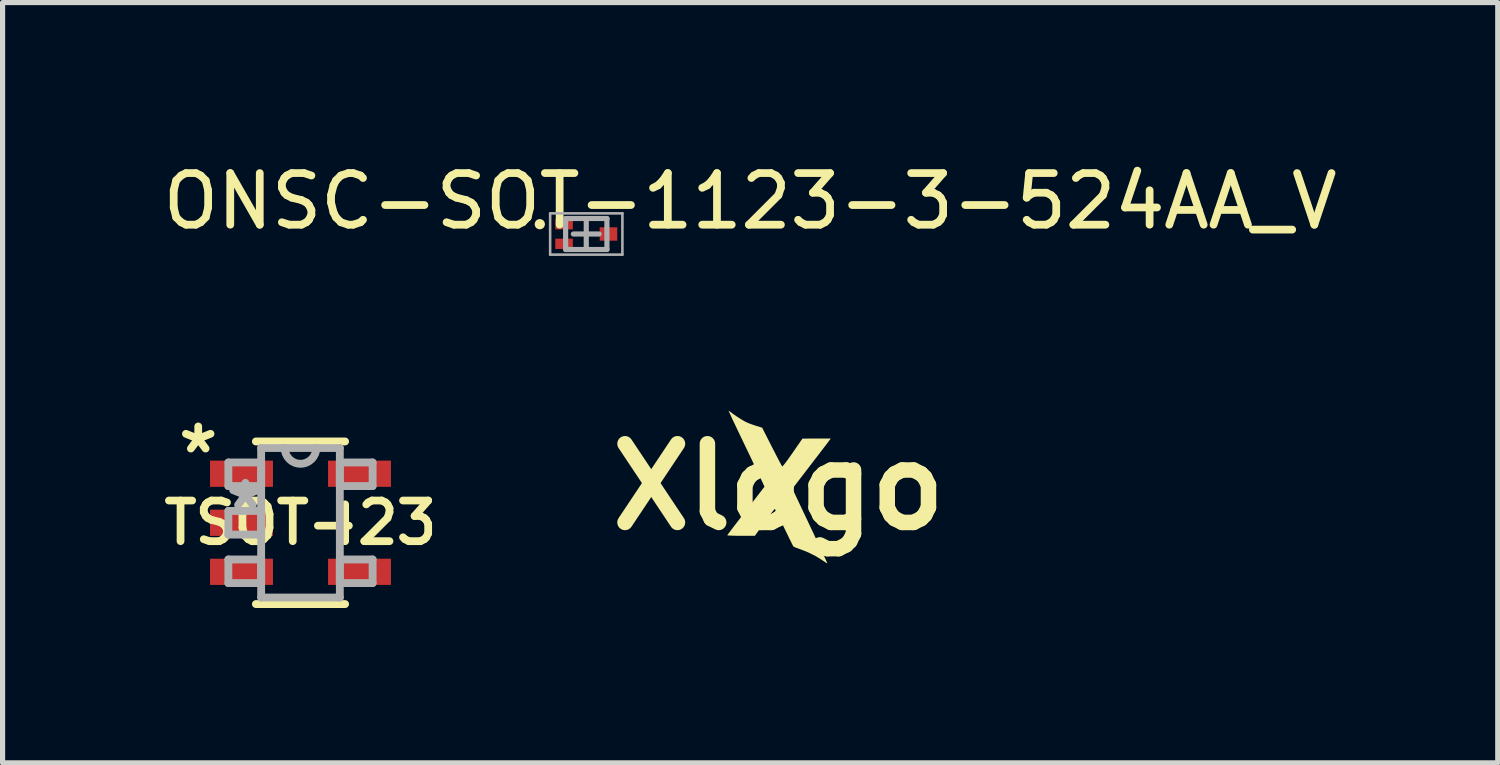
<source format=kicad_pcb>
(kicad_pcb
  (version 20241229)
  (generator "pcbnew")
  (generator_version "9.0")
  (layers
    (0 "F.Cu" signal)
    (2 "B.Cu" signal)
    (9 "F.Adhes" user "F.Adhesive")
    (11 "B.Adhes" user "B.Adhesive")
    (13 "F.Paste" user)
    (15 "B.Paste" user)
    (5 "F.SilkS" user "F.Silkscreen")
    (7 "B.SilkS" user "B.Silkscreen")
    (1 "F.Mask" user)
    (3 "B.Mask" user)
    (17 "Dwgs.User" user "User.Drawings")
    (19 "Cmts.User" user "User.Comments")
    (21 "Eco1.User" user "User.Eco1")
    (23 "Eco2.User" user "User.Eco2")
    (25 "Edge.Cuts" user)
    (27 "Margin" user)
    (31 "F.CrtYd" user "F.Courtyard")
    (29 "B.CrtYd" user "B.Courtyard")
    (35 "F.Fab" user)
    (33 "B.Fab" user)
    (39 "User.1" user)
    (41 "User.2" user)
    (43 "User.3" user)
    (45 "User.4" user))
  (footprint "TSOT-23"
    (layer "F.Cu")
    (at 2.771 7.077)
    (property "Reference" "TSOT-23" (at 0 0 0) (layer "F.SilkS") (effects (font (size 0.787 0.787) (thickness 0.15))))
    (attr through_hole)
    (fp_line (start -0.864 1.575) (end 0.864 1.575) (stroke (width 0.152) (type solid)) (layer "F.SilkS"))
    (fp_line (start 0.864 -1.575) (end -0.864 -1.575) (stroke (width 0.152) (type solid)) (layer "F.SilkS"))
    (fp_line (start 0.864 0.356) (end 0.864 -0.356) (stroke (width 0.152) (type solid)) (layer "F.SilkS"))
    (fp_line (start -1.397 -1.168) (end -1.397 -0.711) (stroke (width 0.152) (type solid)) (layer "F.Fab"))
    (fp_line (start -1.397 -0.711) (end -0.762 -0.711) (stroke (width 0.152) (type solid)) (layer "F.Fab"))
    (fp_line (start -1.397 -0.229) (end -1.397 0.229) (stroke (width 0.152) (type solid)) (layer "F.Fab"))
    (fp_line (start -1.397 0.229) (end -0.762 0.229) (stroke (width 0.152) (type solid)) (layer "F.Fab"))
    (fp_line (start -1.397 0.711) (end -1.397 1.168) (stroke (width 0.152) (type solid)) (layer "F.Fab"))
    (fp_line (start -1.397 1.168) (end -0.762 1.168) (stroke (width 0.152) (type solid)) (layer "F.Fab"))
    (fp_line (start -0.762 -1.448) (end -0.762 1.448) (stroke (width 0.152) (type solid)) (layer "F.Fab"))
    (fp_line (start -0.762 -1.168) (end -1.397 -1.168) (stroke (width 0.152) (type solid)) (layer "F.Fab"))
    (fp_line (start -0.762 -0.711) (end -0.762 -1.168) (stroke (width 0.152) (type solid)) (layer "F.Fab"))
    (fp_line (start -0.762 -0.229) (end -1.397 -0.229) (stroke (width 0.152) (type solid)) (layer "F.Fab"))
    (fp_line (start -0.762 0.229) (end -0.762 -0.229) (stroke (width 0.152) (type solid)) (layer "F.Fab"))
    (fp_line (start -0.762 0.711) (end -1.397 0.711) (stroke (width 0.152) (type solid)) (layer "F.Fab"))
    (fp_line (start -0.762 1.168) (end -0.762 0.711) (stroke (width 0.152) (type solid)) (layer "F.Fab"))
    (fp_line (start -0.762 1.448) (end 0.762 1.448) (stroke (width 0.152) (type solid)) (layer "F.Fab"))
    (fp_line (start -0.305 -1.448) (end -0.762 -1.448) (stroke (width 0.152) (type solid)) (layer "F.Fab"))
    (fp_line (start 0.305 -1.448) (end -0.305 -1.448) (stroke (width 0.152) (type solid)) (layer "F.Fab"))
    (fp_line (start 0.762 -1.448) (end 0.305 -1.448) (stroke (width 0.152) (type solid)) (layer "F.Fab"))
    (fp_line (start 0.762 -1.168) (end 0.762 -0.711) (stroke (width 0.152) (type solid)) (layer "F.Fab"))
    (fp_line (start 0.762 -0.711) (end 1.397 -0.711) (stroke (width 0.152) (type solid)) (layer "F.Fab"))
    (fp_line (start 0.762 0.711) (end 0.762 1.168) (stroke (width 0.152) (type solid)) (layer "F.Fab"))
    (fp_line (start 0.762 1.168) (end 1.397 1.168) (stroke (width 0.152) (type solid)) (layer "F.Fab"))
    (fp_line (start 0.762 1.448) (end 0.762 -1.448) (stroke (width 0.152) (type solid)) (layer "F.Fab"))
    (fp_line (start 1.397 -1.168) (end 0.762 -1.168) (stroke (width 0.152) (type solid)) (layer "F.Fab"))
    (fp_line (start 1.397 -0.711) (end 1.397 -1.168) (stroke (width 0.152) (type solid)) (layer "F.Fab"))
    (fp_line (start 1.397 0.711) (end 0.762 0.711) (stroke (width 0.152) (type solid)) (layer "F.Fab"))
    (fp_line (start 1.397 1.168) (end 1.397 0.711) (stroke (width 0.152) (type solid)) (layer "F.Fab"))
    (fp_arc (start 0.3048 -1.4478) (mid 0 -1.143) (end -0.3048 -1.4478) (stroke (width 0.1524) (type solid)) (layer "F.Fab"))
    (fp_text user "*" (at -1.981 -1.321 0) (layer "F.SilkS") (effects (font (size 1 1) (thickness 0.15))))
    (fp_text user "*" (at -1.067 -0.229 0) (layer "F.Fab") (effects (font (size 1 1) (thickness 0.15))))
    (pad "1" smd rect (at -1.143 -0.95) (size 1.219 0.508) (layers "F.Cu" "F.Mask" "F.Paste"))
    (pad "2" smd rect (at -1.143 0) (size 1.219 0.508) (layers "F.Cu" "F.Mask" "F.Paste"))
    (pad "3" smd rect (at -1.143 0.95) (size 1.219 0.508) (layers "F.Cu" "F.Mask" "F.Paste"))
    (pad "4" smd rect (at 1.143 0.95) (size 1.219 0.508) (layers "F.Cu" "F.Mask" "F.Paste"))
    (pad "5" smd rect (at 1.143 -0.95) (size 1.219 0.508) (layers "F.Cu" "F.Mask" "F.Paste")))
  (footprint "Xlogo"
    (layer "F.Cu")
    (at 12.033 6.381)
    (property "Reference" "Xlogo" (at 0 0 0) (layer "F.SilkS") (effects (font (size 1.524 1.524) (thickness 0.3))))
    (attr board_only exclude_from_pos_files exclude_from_bom)
    (fp_poly (pts (xy -0.957 -1.468) (xy -0.934 -1.452) (xy -0.917 -1.439) (xy -0.869 -1.403) (xy -0.81 -1.363) (xy -0.747 -1.322) (xy -0.686 -1.285) (xy -0.635 -1.257) (xy -0.618 -1.249) (xy -0.58 -1.233) (xy -0.528 -1.213) (xy -0.469 -1.193) (xy -0.438 -1.183) (xy -0.318 -1.145) (xy -0.13 -0.774) (xy -0.085 -0.687) (xy -0.044 -0.607) (xy -0.007 -0.536) (xy 0.024 -0.476) (xy 0.049 -0.431) (xy 0.064 -0.403) (xy 0.07 -0.394) (xy 0.079 -0.4) (xy 0.1 -0.425) (xy 0.132 -0.465) (xy 0.173 -0.52) (xy 0.221 -0.587) (xy 0.271 -0.659) (xy 0.462 -0.935) (xy 1.01 -0.936) (xy 0.986 -0.903) (xy 0.974 -0.887) (xy 0.949 -0.854) (xy 0.913 -0.806) (xy 0.866 -0.745) (xy 0.811 -0.673) (xy 0.75 -0.593) (xy 0.682 -0.505) (xy 0.615 -0.417) (xy 0.267 0.036) (xy 0.608 0.758) (xy 0.666 0.881) (xy 0.721 0.998) (xy 0.771 1.106) (xy 0.817 1.204) (xy 0.858 1.29) (xy 0.891 1.363) (xy 0.917 1.42) (xy 0.935 1.46) (xy 0.944 1.481) (xy 0.945 1.483) (xy 0.935 1.479) (xy 0.909 1.463) (xy 0.872 1.439) (xy 0.846 1.421) (xy 0.717 1.341) (xy 0.572 1.269) (xy 0.421 1.209) (xy 0.415 1.207) (xy 0.365 1.189) (xy 0.323 1.173) (xy 0.296 1.161) (xy 0.287 1.156) (xy 0.279 1.143) (xy 0.263 1.111) (xy 0.239 1.063) (xy 0.208 1.001) (xy 0.173 0.927) (xy 0.133 0.846) (xy 0.107 0.792) (xy 0.066 0.706) (xy 0.028 0.628) (xy -0.006 0.558) (xy -0.034 0.501) (xy -0.055 0.459) (xy -0.068 0.434) (xy -0.072 0.428) (xy -0.081 0.435) (xy -0.102 0.459) (xy -0.133 0.498) (xy -0.172 0.549) (xy -0.218 0.61) (xy -0.267 0.679) (xy -0.27 0.683) (xy -0.459 0.948) (xy -0.729 0.948) (xy -0.817 0.948) (xy -0.89 0.946) (xy -0.945 0.944) (xy -0.981 0.941) (xy -0.994 0.938) (xy -0.994 0.937) (xy -0.986 0.925) (xy -0.965 0.897) (xy -0.932 0.853) (xy -0.889 0.796) (xy -0.836 0.727) (xy -0.776 0.649) (xy -0.71 0.563) (xy -0.64 0.471) (xy -0.632 0.462) (xy -0.274 -0.002) (xy -0.298 -0.058) (xy -0.308 -0.079) (xy -0.327 -0.119) (xy -0.354 -0.177) (xy -0.389 -0.25) (xy -0.43 -0.337) (xy -0.477 -0.435) (xy -0.528 -0.543) (xy -0.583 -0.658) (xy -0.641 -0.778) (xy -0.647 -0.791) (xy -0.704 -0.91) (xy -0.758 -1.023) (xy -0.808 -1.127) (xy -0.852 -1.221) (xy -0.891 -1.302) (xy -0.922 -1.37) (xy -0.946 -1.422) (xy -0.962 -1.457) (xy -0.968 -1.472) (xy -0.968 -1.473)) (stroke (width 0) (type solid)) (fill yes) (layer "F.SilkS")))
  (footprint "ONSC-SOT-1123-3-524AA_V"
    (layer "F.Cu")
    (at 8.307 1.483)
    (property "Reference" "ONSC-SOT-1123-3-524AA_V" (at 3.175 -0.635 0) (layer "F.SilkS") (effects (font (size 1 1) (thickness 0.15))))
    (attr smd)
    (fp_circle (center -0.9 -0.19) (end -0.85 -0.19) (stroke (width 0.1) (type solid)) (fill no) (layer "F.SilkS"))
    (fp_line (start -0.7 -0.4) (end 0.7 -0.4) (stroke (width 0.05) (type solid)) (layer "F.Fab"))
    (fp_line (start -0.7 0.4) (end -0.7 -0.4) (stroke (width 0.05) (type solid)) (layer "F.Fab"))
    (fp_line (start -0.7 0.4) (end 0.7 0.4) (stroke (width 0.05) (type solid)) (layer "F.Fab"))
    (fp_line (start -0.4 -0.3) (end 0.4 -0.3) (stroke (width 0.1) (type solid)) (layer "F.Fab"))
    (fp_line (start -0.4 0.3) (end -0.4 -0.3) (stroke (width 0.1) (type solid)) (layer "F.Fab"))
    (fp_line (start -0.4 0.3) (end 0.4 0.3) (stroke (width 0.1) (type solid)) (layer "F.Fab"))
    (fp_line (start -0.25 0) (end 0.25 0) (stroke (width 0.1) (type solid)) (layer "F.Fab"))
    (fp_line (start 0 0.25) (end 0 -0.25) (stroke (width 0.1) (type solid)) (layer "F.Fab"))
    (fp_line (start 0.4 0.3) (end 0.4 -0.3) (stroke (width 0.1) (type solid)) (layer "F.Fab"))
    (fp_line (start 0.7 0.4) (end 0.7 -0.4) (stroke (width 0.05) (type solid)) (layer "F.Fab"))
    (pad "1" smd rect (at -0.43 -0.19 90) (size 0.2 0.34) (layers "F.Cu" "F.Mask" "F.Paste"))
    (pad "2" smd rect (at -0.43 0.19 90) (size 0.2 0.34) (layers "F.Cu" "F.Mask" "F.Paste"))
    (pad "3" smd rect (at 0.43 0 90) (size 0.26 0.34) (layers "F.Cu" "F.Mask" "F.Paste")))
  (gr_rect
    (start -3 -3)
    (end 25.964 11.728)
    (stroke (width 0.1) (type default))
    (fill no)
    (layer "Edge.Cuts")))
</source>
